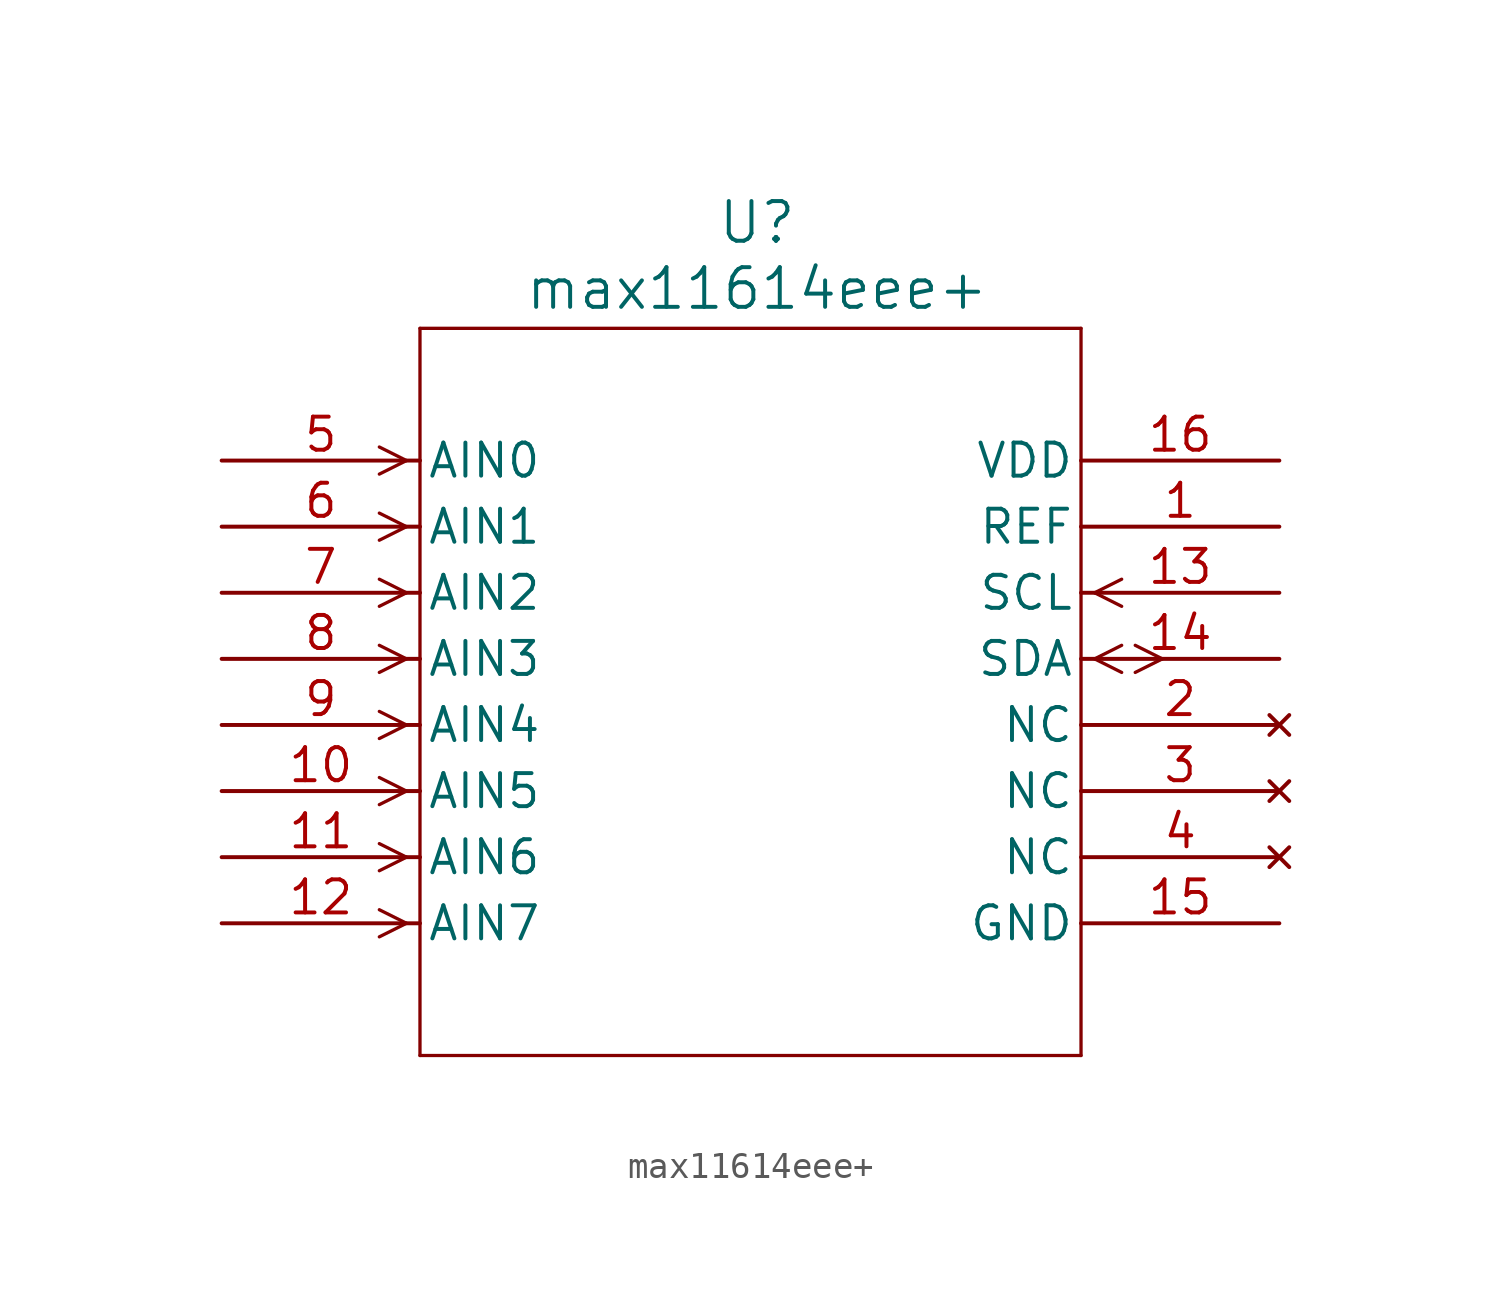
<source format=kicad_sym>
(kicad_symbol_lib
  (version 20241209)
  (generator "kicad_symbol_editor")
  (generator_version "9.0")
  (symbol "max11614eee+"
    (pin_names
      (offset 0.254))
    (property "Reference" "U"
      (at 6.604 11.684 0)
      (effects (font (size 1.524 1.524))))
    (property "Value" "max11614eee+"
      (at 6.604 9.144 0)
      (effects (font (size 1.524 1.524))))
    (property "ki_locked" ""
      (at 0 0 0)
      (effects (font (size 1.27 1.27))))
    (symbol "max11614eee+_0_1"
      (polyline (pts (xy -6.871 2.54) (xy -7.912 3.061)) (stroke (width 0.127) (type default)) (fill (type none)))
      (polyline (pts (xy -6.871 2.54) (xy -7.912 2.019)) (stroke (width 0.127) (type default)) (fill (type none)))
      (polyline (pts (xy -6.871 0) (xy -7.912 0.521)) (stroke (width 0.127) (type default)) (fill (type none)))
      (polyline (pts (xy -6.871 0) (xy -7.912 -0.521)) (stroke (width 0.127) (type default)) (fill (type none)))
      (polyline (pts (xy -6.871 -2.54) (xy -7.912 -2.019)) (stroke (width 0.127) (type default)) (fill (type none)))
      (polyline (pts (xy -6.871 -2.54) (xy -7.912 -3.061)) (stroke (width 0.127) (type default)) (fill (type none)))
      (polyline (pts (xy -6.871 -5.08) (xy -7.912 -4.559)) (stroke (width 0.127) (type default)) (fill (type none)))
      (polyline (pts (xy -6.871 -5.08) (xy -7.912 -5.601)) (stroke (width 0.127) (type default)) (fill (type none)))
      (polyline (pts (xy -6.871 -7.62) (xy -7.912 -7.099)) (stroke (width 0.127) (type default)) (fill (type none)))
      (polyline (pts (xy -6.871 -7.62) (xy -7.912 -8.141)) (stroke (width 0.127) (type default)) (fill (type none)))
      (polyline (pts (xy -6.871 -10.16) (xy -7.912 -9.639)) (stroke (width 0.127) (type default)) (fill (type none)))
      (polyline (pts (xy -6.871 -10.16) (xy -7.912 -10.681)) (stroke (width 0.127) (type default)) (fill (type none)))
      (polyline (pts (xy -6.871 -12.7) (xy -7.912 -12.179)) (stroke (width 0.127) (type default)) (fill (type none)))
      (polyline (pts (xy -6.871 -12.7) (xy -7.912 -13.221)) (stroke (width 0.127) (type default)) (fill (type none)))
      (polyline (pts (xy -6.871 -15.24) (xy -7.912 -14.719)) (stroke (width 0.127) (type default)) (fill (type none)))
      (polyline (pts (xy -6.871 -15.24) (xy -7.912 -15.761)) (stroke (width 0.127) (type default)) (fill (type none)))
      (polyline (pts (xy -6.35 7.62) (xy -6.35 -20.32)) (stroke (width 0.127) (type default)) (fill (type none)))
      (polyline (pts (xy -6.35 -20.32) (xy 19.05 -20.32)) (stroke (width 0.127) (type default)) (fill (type none)))
      (polyline (pts (xy 19.05 7.62) (xy -6.35 7.62)) (stroke (width 0.127) (type default)) (fill (type none)))
      (polyline (pts (xy 19.05 -20.32) (xy 19.05 7.62)) (stroke (width 0.127) (type default)) (fill (type none)))
      (polyline (pts (xy 19.571 -2.54) (xy 20.612 -2.019)) (stroke (width 0.127) (type default)) (fill (type none)))
      (polyline (pts (xy 19.571 -2.54) (xy 20.612 -3.061)) (stroke (width 0.127) (type default)) (fill (type none)))
      (polyline (pts (xy 19.571 -5.08) (xy 20.612 -4.559)) (stroke (width 0.127) (type default)) (fill (type none)))
      (polyline (pts (xy 19.571 -5.08) (xy 20.612 -5.601)) (stroke (width 0.127) (type default)) (fill (type none)))
      (polyline (pts (xy 21.133 -4.559) (xy 22.174 -5.08)) (stroke (width 0.127) (type default)) (fill (type none)))
      (polyline (pts (xy 21.133 -5.601) (xy 22.174 -5.08)) (stroke (width 0.127) (type default)) (fill (type none)))
      (pin input line (at -13.97 2.54 0) (length 7.62) (name "AIN0" (effects (font (size 1.27 1.27)))) (number "5" (effects (font (size 1.27 1.27)))))
      (pin input line (at -13.97 0 0) (length 7.62) (name "AIN1" (effects (font (size 1.27 1.27)))) (number "6" (effects (font (size 1.27 1.27)))))
      (pin input line (at -13.97 -2.54 0) (length 7.62) (name "AIN2" (effects (font (size 1.27 1.27)))) (number "7" (effects (font (size 1.27 1.27)))))
      (pin input line (at -13.97 -5.08 0) (length 7.62) (name "AIN3" (effects (font (size 1.27 1.27)))) (number "8" (effects (font (size 1.27 1.27)))))
      (pin input line (at -13.97 -7.62 0) (length 7.62) (name "AIN4" (effects (font (size 1.27 1.27)))) (number "9" (effects (font (size 1.27 1.27)))))
      (pin input line (at -13.97 -10.16 0) (length 7.62) (name "AIN5" (effects (font (size 1.27 1.27)))) (number "10" (effects (font (size 1.27 1.27)))))
      (pin input line (at -13.97 -12.7 0) (length 7.62) (name "AIN6" (effects (font (size 1.27 1.27)))) (number "11" (effects (font (size 1.27 1.27)))))
      (pin input line (at -13.97 -15.24 0) (length 7.62) (name "AIN7" (effects (font (size 1.27 1.27)))) (number "12" (effects (font (size 1.27 1.27)))))
      (pin input line (at 26.67 -2.54 180) (length 7.62) (name "SCL" (effects (font (size 1.27 1.27)))) (number "13" (effects (font (size 1.27 1.27)))))
      (pin bidirectional line (at 26.67 -5.08 180) (length 7.62) (name "SDA" (effects (font (size 1.27 1.27)))) (number "14" (effects (font (size 1.27 1.27)))))
      (pin no_connect line (at 26.67 -7.62 180) (length 7.62) (name "NC" (effects (font (size 1.27 1.27)))) (number "2" (effects (font (size 1.27 1.27)))))
      (pin no_connect line (at 26.67 -10.16 180) (length 7.62) (name "NC" (effects (font (size 1.27 1.27)))) (number "3" (effects (font (size 1.27 1.27)))))
      (pin no_connect line (at 26.67 -12.7 180) (length 7.62) (name "NC" (effects (font (size 1.27 1.27)))) (number "4" (effects (font (size 1.27 1.27))))))
    (symbol "max11614eee+_1_1"
      (pin passive line (at 26.67 2.54 180) (length 7.62) (name "VDD" (effects (font (size 1.27 1.27)))) (number "16" (effects (font (size 1.27 1.27)))))
      (pin passive line (at 26.67 0 180) (length 7.62) (name "REF" (effects (font (size 1.27 1.27)))) (number "1" (effects (font (size 1.27 1.27)))))
      (pin passive line (at 26.67 -15.24 180) (length 7.62) (name "GND" (effects (font (size 1.27 1.27)))) (number "15" (effects (font (size 1.27 1.27))))))))
</source>
